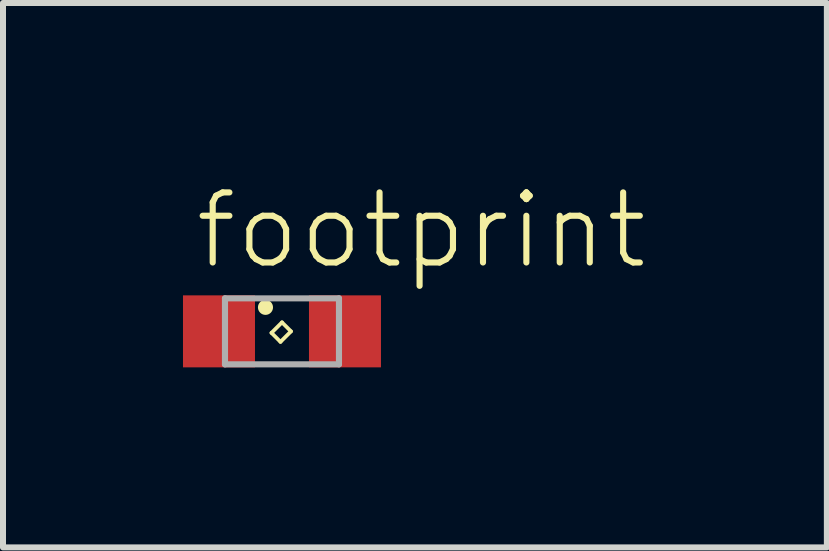
<source format=kicad_pcb>
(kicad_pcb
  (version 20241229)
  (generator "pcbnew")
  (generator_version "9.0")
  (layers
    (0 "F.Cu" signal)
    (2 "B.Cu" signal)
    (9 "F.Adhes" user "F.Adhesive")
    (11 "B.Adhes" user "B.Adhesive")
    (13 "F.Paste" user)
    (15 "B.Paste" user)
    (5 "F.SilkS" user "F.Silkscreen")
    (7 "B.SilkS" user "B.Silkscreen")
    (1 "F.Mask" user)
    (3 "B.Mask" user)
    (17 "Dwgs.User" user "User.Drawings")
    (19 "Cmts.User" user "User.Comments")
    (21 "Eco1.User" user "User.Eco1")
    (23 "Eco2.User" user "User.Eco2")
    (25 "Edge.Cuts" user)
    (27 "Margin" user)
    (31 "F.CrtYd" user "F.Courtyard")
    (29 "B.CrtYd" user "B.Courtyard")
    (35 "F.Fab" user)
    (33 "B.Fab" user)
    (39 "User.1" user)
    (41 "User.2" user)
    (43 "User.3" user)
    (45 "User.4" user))
  (footprint "footprint"
    (layer "F.Cu")
    (at 1.65 2.473)
    (property "Reference" "footprint" (at -1.5 -1 0) (layer "F.SilkS") (effects (font (size 1.168 1.168) (thickness 0.102)) (justify left bottom)))
    (fp_line (start -0.175 0.025) (end 0 -0.15) (stroke (width 0.063) (type solid)) (layer "F.SilkS"))
    (fp_line (start -0.025 0.175) (end -0.175 0.025) (stroke (width 0.063) (type solid)) (layer "F.SilkS"))
    (fp_line (start 0 -0.15) (end 0.15 0) (stroke (width 0.063) (type solid)) (layer "F.SilkS"))
    (fp_line (start 0.15 0) (end -0.025 0.175) (stroke (width 0.063) (type solid)) (layer "F.SilkS"))
    (fp_circle (center -0.275 -0.4) (end -0.212 -0.4) (stroke (width 0.125) (type solid)) (fill yes) (layer "F.SilkS"))
    (fp_line (start -0.95 -0.55) (end -0.95 0.55) (stroke (width 0.102) (type solid)) (layer "F.Fab"))
    (fp_line (start -0.95 0.55) (end 0.95 0.55) (stroke (width 0.102) (type solid)) (layer "F.Fab"))
    (fp_line (start 0.95 -0.55) (end -0.95 -0.55) (stroke (width 0.102) (type solid)) (layer "F.Fab"))
    (fp_line (start 0.95 0.55) (end 0.95 -0.55) (stroke (width 0.102) (type solid)) (layer "F.Fab"))
    (pad "A" smd rect (at 1.05 0) (size 1.2 1.2) (layers "F.Cu" "F.Mask" "F.Paste"))
    (pad "C" smd rect (at -1.05 0) (size 1.2 1.2) (layers "F.Cu" "F.Mask" "F.Paste")))
  (gr_rect
    (start -3 -3)
    (end 10.732 6.074)
    (stroke (width 0.1) (type default))
    (fill no)
    (layer "Edge.Cuts")))
</source>
